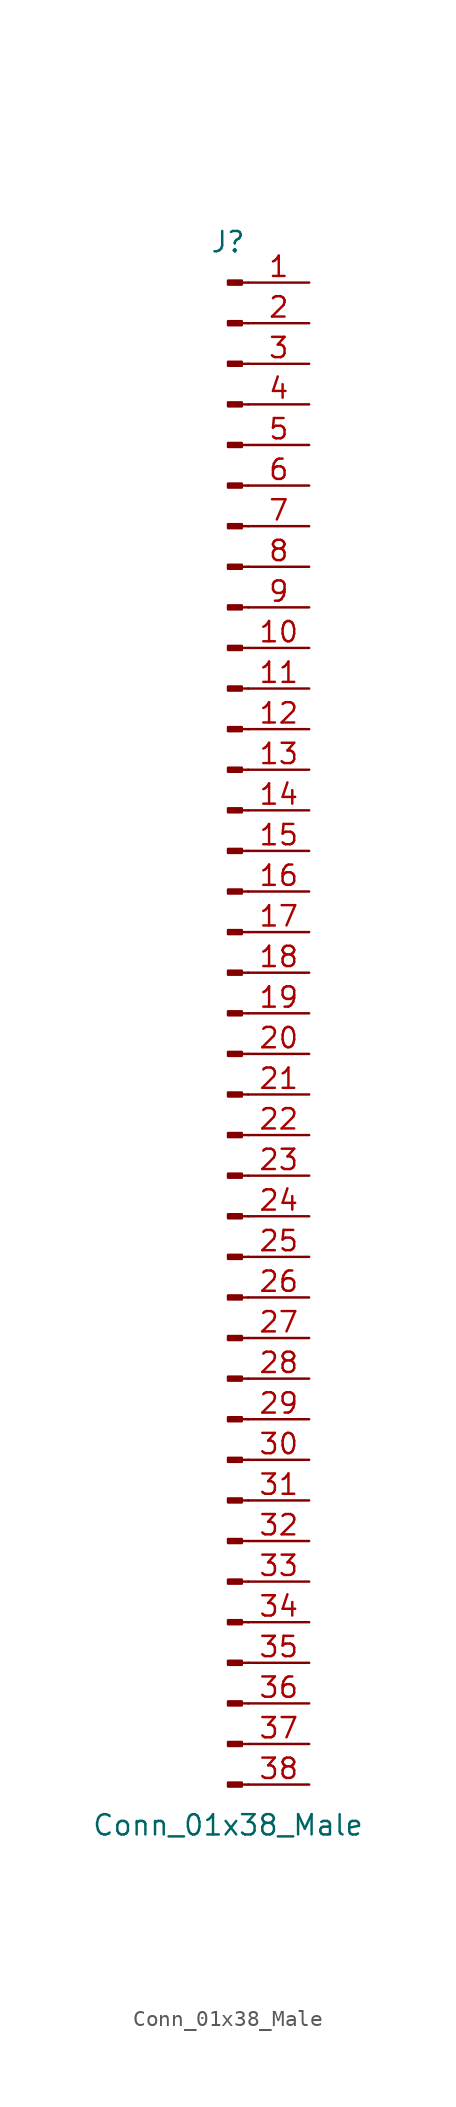
<source format=kicad_sym>
(kicad_symbol_lib
  (version 20201005)
  (generator kicad_symbol_editor)
  (symbol "Connector:Conn_01x38_Male"
    (pin_names
      (offset 1.016) hide)
    (property "Reference" "J"
      (at 0 48.26 0)
      (effects (font (size 1.27 1.27))))
    (property "Value" "Conn_01x38_Male"
      (at 0 -50.8 0)
      (effects (font (size 1.27 1.27))))
    (symbol "Conn_01x38_Male_1_1"
      (rectangle (start 0.864 -48.133) (end 0 -48.387) (stroke (width 0.152)) (fill (type outline)))
      (rectangle (start 0.864 -45.593) (end 0 -45.847) (stroke (width 0.152)) (fill (type outline)))
      (rectangle (start 0.864 -43.053) (end 0 -43.307) (stroke (width 0.152)) (fill (type outline)))
      (rectangle (start 0.864 -40.513) (end 0 -40.767) (stroke (width 0.152)) (fill (type outline)))
      (rectangle (start 0.864 -37.973) (end 0 -38.227) (stroke (width 0.152)) (fill (type outline)))
      (rectangle (start 0.864 -35.433) (end 0 -35.687) (stroke (width 0.152)) (fill (type outline)))
      (rectangle (start 0.864 -32.893) (end 0 -33.147) (stroke (width 0.152)) (fill (type outline)))
      (rectangle (start 0.864 -30.353) (end 0 -30.607) (stroke (width 0.152)) (fill (type outline)))
      (rectangle (start 0.864 -27.813) (end 0 -28.067) (stroke (width 0.152)) (fill (type outline)))
      (rectangle (start 0.864 -25.273) (end 0 -25.527) (stroke (width 0.152)) (fill (type outline)))
      (rectangle (start 0.864 -22.733) (end 0 -22.987) (stroke (width 0.152)) (fill (type outline)))
      (rectangle (start 0.864 -20.193) (end 0 -20.447) (stroke (width 0.152)) (fill (type outline)))
      (rectangle (start 0.864 -17.653) (end 0 -17.907) (stroke (width 0.152)) (fill (type outline)))
      (rectangle (start 0.864 -15.113) (end 0 -15.367) (stroke (width 0.152)) (fill (type outline)))
      (rectangle (start 0.864 -12.573) (end 0 -12.827) (stroke (width 0.152)) (fill (type outline)))
      (rectangle (start 0.864 -10.033) (end 0 -10.287) (stroke (width 0.152)) (fill (type outline)))
      (rectangle (start 0.864 -7.493) (end 0 -7.747) (stroke (width 0.152)) (fill (type outline)))
      (rectangle (start 0.864 -4.953) (end 0 -5.207) (stroke (width 0.152)) (fill (type outline)))
      (rectangle (start 0.864 -2.413) (end 0 -2.667) (stroke (width 0.152)) (fill (type outline)))
      (rectangle (start 0.864 0.127) (end 0 -0.127) (stroke (width 0.152)) (fill (type outline)))
      (rectangle (start 0.864 2.667) (end 0 2.413) (stroke (width 0.152)) (fill (type outline)))
      (rectangle (start 0.864 5.207) (end 0 4.953) (stroke (width 0.152)) (fill (type outline)))
      (rectangle (start 0.864 7.747) (end 0 7.493) (stroke (width 0.152)) (fill (type outline)))
      (rectangle (start 0.864 10.287) (end 0 10.033) (stroke (width 0.152)) (fill (type outline)))
      (rectangle (start 0.864 12.827) (end 0 12.573) (stroke (width 0.152)) (fill (type outline)))
      (rectangle (start 0.864 15.367) (end 0 15.113) (stroke (width 0.152)) (fill (type outline)))
      (rectangle (start 0.864 17.907) (end 0 17.653) (stroke (width 0.152)) (fill (type outline)))
      (rectangle (start 0.864 20.447) (end 0 20.193) (stroke (width 0.152)) (fill (type outline)))
      (rectangle (start 0.864 22.987) (end 0 22.733) (stroke (width 0.152)) (fill (type outline)))
      (rectangle (start 0.864 25.527) (end 0 25.273) (stroke (width 0.152)) (fill (type outline)))
      (rectangle (start 0.864 28.067) (end 0 27.813) (stroke (width 0.152)) (fill (type outline)))
      (rectangle (start 0.864 30.607) (end 0 30.353) (stroke (width 0.152)) (fill (type outline)))
      (rectangle (start 0.864 33.147) (end 0 32.893) (stroke (width 0.152)) (fill (type outline)))
      (rectangle (start 0.864 35.687) (end 0 35.433) (stroke (width 0.152)) (fill (type outline)))
      (rectangle (start 0.864 38.227) (end 0 37.973) (stroke (width 0.152)) (fill (type outline)))
      (rectangle (start 0.864 40.767) (end 0 40.513) (stroke (width 0.152)) (fill (type outline)))
      (rectangle (start 0.864 43.307) (end 0 43.053) (stroke (width 0.152)) (fill (type outline)))
      (rectangle (start 0.864 45.847) (end 0 45.593) (stroke (width 0.152)) (fill (type outline)))
      (polyline (pts (xy 1.27 -48.26) (xy 0.864 -48.26)) (stroke (width 0.152)) (fill (type none)))
      (polyline (pts (xy 1.27 -45.72) (xy 0.864 -45.72)) (stroke (width 0.152)) (fill (type none)))
      (polyline (pts (xy 1.27 -43.18) (xy 0.864 -43.18)) (stroke (width 0.152)) (fill (type none)))
      (polyline (pts (xy 1.27 -40.64) (xy 0.864 -40.64)) (stroke (width 0.152)) (fill (type none)))
      (polyline (pts (xy 1.27 -38.1) (xy 0.864 -38.1)) (stroke (width 0.152)) (fill (type none)))
      (polyline (pts (xy 1.27 -35.56) (xy 0.864 -35.56)) (stroke (width 0.152)) (fill (type none)))
      (polyline (pts (xy 1.27 -33.02) (xy 0.864 -33.02)) (stroke (width 0.152)) (fill (type none)))
      (polyline (pts (xy 1.27 -30.48) (xy 0.864 -30.48)) (stroke (width 0.152)) (fill (type none)))
      (polyline (pts (xy 1.27 -27.94) (xy 0.864 -27.94)) (stroke (width 0.152)) (fill (type none)))
      (polyline (pts (xy 1.27 -25.4) (xy 0.864 -25.4)) (stroke (width 0.152)) (fill (type none)))
      (polyline (pts (xy 1.27 -22.86) (xy 0.864 -22.86)) (stroke (width 0.152)) (fill (type none)))
      (polyline (pts (xy 1.27 -20.32) (xy 0.864 -20.32)) (stroke (width 0.152)) (fill (type none)))
      (polyline (pts (xy 1.27 -17.78) (xy 0.864 -17.78)) (stroke (width 0.152)) (fill (type none)))
      (polyline (pts (xy 1.27 -15.24) (xy 0.864 -15.24)) (stroke (width 0.152)) (fill (type none)))
      (polyline (pts (xy 1.27 -12.7) (xy 0.864 -12.7)) (stroke (width 0.152)) (fill (type none)))
      (polyline (pts (xy 1.27 -10.16) (xy 0.864 -10.16)) (stroke (width 0.152)) (fill (type none)))
      (polyline (pts (xy 1.27 -7.62) (xy 0.864 -7.62)) (stroke (width 0.152)) (fill (type none)))
      (polyline (pts (xy 1.27 -5.08) (xy 0.864 -5.08)) (stroke (width 0.152)) (fill (type none)))
      (polyline (pts (xy 1.27 -2.54) (xy 0.864 -2.54)) (stroke (width 0.152)) (fill (type none)))
      (polyline (pts (xy 1.27 0) (xy 0.864 0)) (stroke (width 0.152)) (fill (type none)))
      (polyline (pts (xy 1.27 2.54) (xy 0.864 2.54)) (stroke (width 0.152)) (fill (type none)))
      (polyline (pts (xy 1.27 5.08) (xy 0.864 5.08)) (stroke (width 0.152)) (fill (type none)))
      (polyline (pts (xy 1.27 7.62) (xy 0.864 7.62)) (stroke (width 0.152)) (fill (type none)))
      (polyline (pts (xy 1.27 10.16) (xy 0.864 10.16)) (stroke (width 0.152)) (fill (type none)))
      (polyline (pts (xy 1.27 12.7) (xy 0.864 12.7)) (stroke (width 0.152)) (fill (type none)))
      (polyline (pts (xy 1.27 15.24) (xy 0.864 15.24)) (stroke (width 0.152)) (fill (type none)))
      (polyline (pts (xy 1.27 17.78) (xy 0.864 17.78)) (stroke (width 0.152)) (fill (type none)))
      (polyline (pts (xy 1.27 20.32) (xy 0.864 20.32)) (stroke (width 0.152)) (fill (type none)))
      (polyline (pts (xy 1.27 22.86) (xy 0.864 22.86)) (stroke (width 0.152)) (fill (type none)))
      (polyline (pts (xy 1.27 25.4) (xy 0.864 25.4)) (stroke (width 0.152)) (fill (type none)))
      (polyline (pts (xy 1.27 27.94) (xy 0.864 27.94)) (stroke (width 0.152)) (fill (type none)))
      (polyline (pts (xy 1.27 30.48) (xy 0.864 30.48)) (stroke (width 0.152)) (fill (type none)))
      (polyline (pts (xy 1.27 33.02) (xy 0.864 33.02)) (stroke (width 0.152)) (fill (type none)))
      (polyline (pts (xy 1.27 35.56) (xy 0.864 35.56)) (stroke (width 0.152)) (fill (type none)))
      (polyline (pts (xy 1.27 38.1) (xy 0.864 38.1)) (stroke (width 0.152)) (fill (type none)))
      (polyline (pts (xy 1.27 40.64) (xy 0.864 40.64)) (stroke (width 0.152)) (fill (type none)))
      (polyline (pts (xy 1.27 43.18) (xy 0.864 43.18)) (stroke (width 0.152)) (fill (type none)))
      (polyline (pts (xy 1.27 45.72) (xy 0.864 45.72)) (stroke (width 0.152)) (fill (type none)))
      (pin passive line (at 5.08 45.72 180) (length 3.81) (name "Pin_1" (effects (font (size 1.27 1.27)))) (number "1" (effects (font (size 1.27 1.27)))))
      (pin passive line (at 5.08 22.86 180) (length 3.81) (name "Pin_10" (effects (font (size 1.27 1.27)))) (number "10" (effects (font (size 1.27 1.27)))))
      (pin passive line (at 5.08 20.32 180) (length 3.81) (name "Pin_11" (effects (font (size 1.27 1.27)))) (number "11" (effects (font (size 1.27 1.27)))))
      (pin passive line (at 5.08 17.78 180) (length 3.81) (name "Pin_12" (effects (font (size 1.27 1.27)))) (number "12" (effects (font (size 1.27 1.27)))))
      (pin passive line (at 5.08 15.24 180) (length 3.81) (name "Pin_13" (effects (font (size 1.27 1.27)))) (number "13" (effects (font (size 1.27 1.27)))))
      (pin passive line (at 5.08 12.7 180) (length 3.81) (name "Pin_14" (effects (font (size 1.27 1.27)))) (number "14" (effects (font (size 1.27 1.27)))))
      (pin passive line (at 5.08 10.16 180) (length 3.81) (name "Pin_15" (effects (font (size 1.27 1.27)))) (number "15" (effects (font (size 1.27 1.27)))))
      (pin passive line (at 5.08 7.62 180) (length 3.81) (name "Pin_16" (effects (font (size 1.27 1.27)))) (number "16" (effects (font (size 1.27 1.27)))))
      (pin passive line (at 5.08 5.08 180) (length 3.81) (name "Pin_17" (effects (font (size 1.27 1.27)))) (number "17" (effects (font (size 1.27 1.27)))))
      (pin passive line (at 5.08 2.54 180) (length 3.81) (name "Pin_18" (effects (font (size 1.27 1.27)))) (number "18" (effects (font (size 1.27 1.27)))))
      (pin passive line (at 5.08 0 180) (length 3.81) (name "Pin_19" (effects (font (size 1.27 1.27)))) (number "19" (effects (font (size 1.27 1.27)))))
      (pin passive line (at 5.08 43.18 180) (length 3.81) (name "Pin_2" (effects (font (size 1.27 1.27)))) (number "2" (effects (font (size 1.27 1.27)))))
      (pin passive line (at 5.08 -2.54 180) (length 3.81) (name "Pin_20" (effects (font (size 1.27 1.27)))) (number "20" (effects (font (size 1.27 1.27)))))
      (pin passive line (at 5.08 -5.08 180) (length 3.81) (name "Pin_21" (effects (font (size 1.27 1.27)))) (number "21" (effects (font (size 1.27 1.27)))))
      (pin passive line (at 5.08 -7.62 180) (length 3.81) (name "Pin_22" (effects (font (size 1.27 1.27)))) (number "22" (effects (font (size 1.27 1.27)))))
      (pin passive line (at 5.08 -10.16 180) (length 3.81) (name "Pin_23" (effects (font (size 1.27 1.27)))) (number "23" (effects (font (size 1.27 1.27)))))
      (pin passive line (at 5.08 -12.7 180) (length 3.81) (name "Pin_24" (effects (font (size 1.27 1.27)))) (number "24" (effects (font (size 1.27 1.27)))))
      (pin passive line (at 5.08 -15.24 180) (length 3.81) (name "Pin_25" (effects (font (size 1.27 1.27)))) (number "25" (effects (font (size 1.27 1.27)))))
      (pin passive line (at 5.08 -17.78 180) (length 3.81) (name "Pin_26" (effects (font (size 1.27 1.27)))) (number "26" (effects (font (size 1.27 1.27)))))
      (pin passive line (at 5.08 -20.32 180) (length 3.81) (name "Pin_27" (effects (font (size 1.27 1.27)))) (number "27" (effects (font (size 1.27 1.27)))))
      (pin passive line (at 5.08 -22.86 180) (length 3.81) (name "Pin_28" (effects (font (size 1.27 1.27)))) (number "28" (effects (font (size 1.27 1.27)))))
      (pin passive line (at 5.08 -25.4 180) (length 3.81) (name "Pin_29" (effects (font (size 1.27 1.27)))) (number "29" (effects (font (size 1.27 1.27)))))
      (pin passive line (at 5.08 40.64 180) (length 3.81) (name "Pin_3" (effects (font (size 1.27 1.27)))) (number "3" (effects (font (size 1.27 1.27)))))
      (pin passive line (at 5.08 -27.94 180) (length 3.81) (name "Pin_30" (effects (font (size 1.27 1.27)))) (number "30" (effects (font (size 1.27 1.27)))))
      (pin passive line (at 5.08 -30.48 180) (length 3.81) (name "Pin_31" (effects (font (size 1.27 1.27)))) (number "31" (effects (font (size 1.27 1.27)))))
      (pin passive line (at 5.08 -33.02 180) (length 3.81) (name "Pin_32" (effects (font (size 1.27 1.27)))) (number "32" (effects (font (size 1.27 1.27)))))
      (pin passive line (at 5.08 -35.56 180) (length 3.81) (name "Pin_33" (effects (font (size 1.27 1.27)))) (number "33" (effects (font (size 1.27 1.27)))))
      (pin passive line (at 5.08 -38.1 180) (length 3.81) (name "Pin_34" (effects (font (size 1.27 1.27)))) (number "34" (effects (font (size 1.27 1.27)))))
      (pin passive line (at 5.08 -40.64 180) (length 3.81) (name "Pin_35" (effects (font (size 1.27 1.27)))) (number "35" (effects (font (size 1.27 1.27)))))
      (pin passive line (at 5.08 -43.18 180) (length 3.81) (name "Pin_36" (effects (font (size 1.27 1.27)))) (number "36" (effects (font (size 1.27 1.27)))))
      (pin passive line (at 5.08 -45.72 180) (length 3.81) (name "Pin_37" (effects (font (size 1.27 1.27)))) (number "37" (effects (font (size 1.27 1.27)))))
      (pin passive line (at 5.08 -48.26 180) (length 3.81) (name "Pin_38" (effects (font (size 1.27 1.27)))) (number "38" (effects (font (size 1.27 1.27)))))
      (pin passive line (at 5.08 38.1 180) (length 3.81) (name "Pin_4" (effects (font (size 1.27 1.27)))) (number "4" (effects (font (size 1.27 1.27)))))
      (pin passive line (at 5.08 35.56 180) (length 3.81) (name "Pin_5" (effects (font (size 1.27 1.27)))) (number "5" (effects (font (size 1.27 1.27)))))
      (pin passive line (at 5.08 33.02 180) (length 3.81) (name "Pin_6" (effects (font (size 1.27 1.27)))) (number "6" (effects (font (size 1.27 1.27)))))
      (pin passive line (at 5.08 30.48 180) (length 3.81) (name "Pin_7" (effects (font (size 1.27 1.27)))) (number "7" (effects (font (size 1.27 1.27)))))
      (pin passive line (at 5.08 27.94 180) (length 3.81) (name "Pin_8" (effects (font (size 1.27 1.27)))) (number "8" (effects (font (size 1.27 1.27)))))
      (pin passive line (at 5.08 25.4 180) (length 3.81) (name "Pin_9" (effects (font (size 1.27 1.27)))) (number "9" (effects (font (size 1.27 1.27))))))))
</source>
